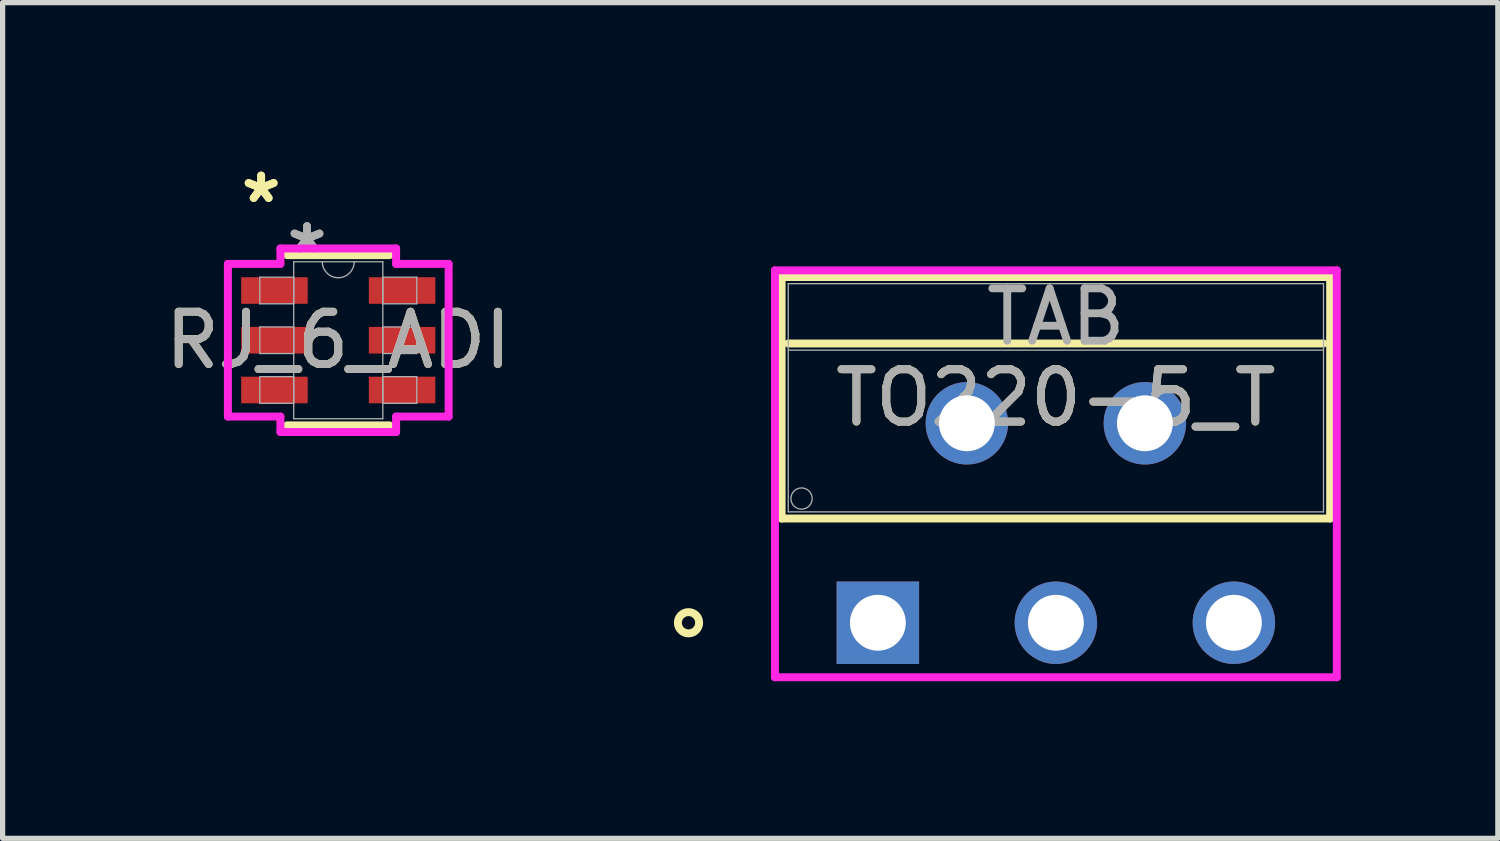
<source format=kicad_pcb>
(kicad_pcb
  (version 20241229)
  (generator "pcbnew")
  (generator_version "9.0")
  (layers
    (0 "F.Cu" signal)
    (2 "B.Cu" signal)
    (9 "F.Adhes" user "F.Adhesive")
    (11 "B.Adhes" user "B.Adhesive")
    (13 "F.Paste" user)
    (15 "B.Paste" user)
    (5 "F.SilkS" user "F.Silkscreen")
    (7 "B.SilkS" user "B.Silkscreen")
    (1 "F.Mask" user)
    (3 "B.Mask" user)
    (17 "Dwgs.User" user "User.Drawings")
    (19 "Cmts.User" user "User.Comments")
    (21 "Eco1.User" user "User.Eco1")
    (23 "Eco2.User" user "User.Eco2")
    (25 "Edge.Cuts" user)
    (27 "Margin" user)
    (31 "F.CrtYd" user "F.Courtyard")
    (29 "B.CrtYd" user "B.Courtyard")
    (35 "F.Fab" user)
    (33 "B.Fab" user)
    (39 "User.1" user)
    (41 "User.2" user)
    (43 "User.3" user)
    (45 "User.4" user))
  (footprint "TO220-5_T"
    (layer "F.Cu")
    (at 20.518 0.25)
    (property "Reference" "TO220-5_T" (at -3.4 4.298 0) (unlocked yes) (layer "F.SilkS") (effects (font (size 1 1) (thickness 0.15))))
    (attr through_hole)
    (fp_line (start -8.639 1.991) (end -8.639 6.604) (stroke (width 0.152) (type solid)) (layer "F.SilkS"))
    (fp_line (start -8.639 6.604) (end 1.839 6.604) (stroke (width 0.152) (type solid)) (layer "F.SilkS"))
    (fp_line (start -8.512 3.261) (end 1.712 3.261) (stroke (width 0.152) (type solid)) (layer "F.SilkS"))
    (fp_line (start 1.839 1.991) (end -8.639 1.991) (stroke (width 0.152) (type solid)) (layer "F.SilkS"))
    (fp_line (start 1.839 6.604) (end 1.839 1.991) (stroke (width 0.152) (type solid)) (layer "F.SilkS"))
    (fp_circle (center -10.417 8.595) (end -10.214 8.595) (stroke (width 0.152) (type solid)) (fill no) (layer "F.SilkS"))
    (fp_line (start -8.766 1.864) (end -8.766 9.636) (stroke (width 0.152) (type solid)) (layer "F.CrtYd"))
    (fp_line (start -8.766 9.636) (end 1.966 9.636) (stroke (width 0.152) (type solid)) (layer "F.CrtYd"))
    (fp_line (start 1.966 1.864) (end -8.766 1.864) (stroke (width 0.152) (type solid)) (layer "F.CrtYd"))
    (fp_line (start 1.966 9.636) (end 1.966 1.864) (stroke (width 0.152) (type solid)) (layer "F.CrtYd"))
    (fp_line (start -8.512 2.118) (end -8.512 6.477) (stroke (width 0.025) (type solid)) (layer "F.Fab"))
    (fp_line (start -8.512 3.388) (end 1.712 3.388) (stroke (width 0.025) (type solid)) (layer "F.Fab"))
    (fp_line (start -8.512 6.477) (end 1.712 6.477) (stroke (width 0.025) (type solid)) (layer "F.Fab"))
    (fp_line (start 1.712 2.118) (end -8.512 2.118) (stroke (width 0.025) (type solid)) (layer "F.Fab"))
    (fp_line (start 1.712 6.477) (end 1.712 2.118) (stroke (width 0.025) (type solid)) (layer "F.Fab"))
    (fp_circle (center -8.258 6.223) (end -8.055 6.223) (stroke (width 0.025) (type solid)) (fill no) (layer "F.Fab"))
    (fp_text user "TAB" (at -3.4 2.753 0) (unlocked yes) (layer "F.Fab") (effects (font (size 1 1) (thickness 0.15))))
    (fp_text user "${REFERENCE}" (at -3.4 4.298 0) (unlocked yes) (layer "F.Fab") (effects (font (size 1 1) (thickness 0.15))))
    (pad "1" thru_hole rect (at -6.8 8.595) (size 1.575 1.575) (drill 1.067) (layers "*.Cu" "*.Mask"))
    (pad "2" thru_hole circle (at -5.1 4.785) (size 1.575 1.575) (drill 1.067) (layers "*.Cu" "*.Mask"))
    (pad "3" thru_hole circle (at -3.4 8.595) (size 1.575 1.575) (drill 1.067) (layers "*.Cu" "*.Mask"))
    (pad "4" thru_hole circle (at -1.7 4.785) (size 1.575 1.575) (drill 1.067) (layers "*.Cu" "*.Mask"))
    (pad "5" thru_hole circle (at 0 8.595) (size 1.575 1.575) (drill 1.067) (layers "*.Cu" "*.Mask")))
  (footprint "RJ_6_ADI"
    (layer "F.Cu")
    (at 3.411 3.449)
    (property "Reference" "RJ_6_ADI" (at 0 0 0) (unlocked yes) (layer "F.SilkS") (effects (font (size 1 1) (thickness 0.15))))
    (attr smd)
    (fp_line (start -0.978 1.626) (end 0.978 1.626) (stroke (width 0.152) (type solid)) (layer "F.SilkS"))
    (fp_line (start 0.978 -1.626) (end -0.978 -1.626) (stroke (width 0.152) (type solid)) (layer "F.SilkS"))
    (fp_line (start -2.108 -1.458) (end -1.105 -1.458) (stroke (width 0.152) (type solid)) (layer "F.CrtYd"))
    (fp_line (start -2.108 1.458) (end -2.108 -1.458) (stroke (width 0.152) (type solid)) (layer "F.CrtYd"))
    (fp_line (start -1.105 -1.753) (end 1.105 -1.753) (stroke (width 0.152) (type solid)) (layer "F.CrtYd"))
    (fp_line (start -1.105 -1.458) (end -1.105 -1.753) (stroke (width 0.152) (type solid)) (layer "F.CrtYd"))
    (fp_line (start -1.105 1.458) (end -2.108 1.458) (stroke (width 0.152) (type solid)) (layer "F.CrtYd"))
    (fp_line (start -1.105 1.753) (end -1.105 1.458) (stroke (width 0.152) (type solid)) (layer "F.CrtYd"))
    (fp_line (start 1.105 -1.753) (end 1.105 -1.458) (stroke (width 0.152) (type solid)) (layer "F.CrtYd"))
    (fp_line (start 1.105 -1.458) (end 2.108 -1.458) (stroke (width 0.152) (type solid)) (layer "F.CrtYd"))
    (fp_line (start 1.105 1.458) (end 1.105 1.753) (stroke (width 0.152) (type solid)) (layer "F.CrtYd"))
    (fp_line (start 1.105 1.753) (end -1.105 1.753) (stroke (width 0.152) (type solid)) (layer "F.CrtYd"))
    (fp_line (start 2.108 -1.458) (end 2.108 1.458) (stroke (width 0.152) (type solid)) (layer "F.CrtYd"))
    (fp_line (start 2.108 1.458) (end 1.105 1.458) (stroke (width 0.152) (type solid)) (layer "F.CrtYd"))
    (fp_line (start -1.499 -1.204) (end -1.499 -0.696) (stroke (width 0.025) (type solid)) (layer "F.Fab"))
    (fp_line (start -1.499 -0.696) (end -0.851 -0.696) (stroke (width 0.025) (type solid)) (layer "F.Fab"))
    (fp_line (start -1.499 -0.254) (end -1.499 0.254) (stroke (width 0.025) (type solid)) (layer "F.Fab"))
    (fp_line (start -1.499 0.254) (end -0.851 0.254) (stroke (width 0.025) (type solid)) (layer "F.Fab"))
    (fp_line (start -1.499 0.696) (end -1.499 1.204) (stroke (width 0.025) (type solid)) (layer "F.Fab"))
    (fp_line (start -1.499 1.204) (end -0.851 1.204) (stroke (width 0.025) (type solid)) (layer "F.Fab"))
    (fp_line (start -0.851 -1.499) (end -0.851 1.499) (stroke (width 0.025) (type solid)) (layer "F.Fab"))
    (fp_line (start -0.851 -1.204) (end -1.499 -1.204) (stroke (width 0.025) (type solid)) (layer "F.Fab"))
    (fp_line (start -0.851 -0.696) (end -0.851 -1.204) (stroke (width 0.025) (type solid)) (layer "F.Fab"))
    (fp_line (start -0.851 -0.254) (end -1.499 -0.254) (stroke (width 0.025) (type solid)) (layer "F.Fab"))
    (fp_line (start -0.851 0.254) (end -0.851 -0.254) (stroke (width 0.025) (type solid)) (layer "F.Fab"))
    (fp_line (start -0.851 0.696) (end -1.499 0.696) (stroke (width 0.025) (type solid)) (layer "F.Fab"))
    (fp_line (start -0.851 1.204) (end -0.851 0.696) (stroke (width 0.025) (type solid)) (layer "F.Fab"))
    (fp_line (start -0.851 1.499) (end 0.851 1.499) (stroke (width 0.025) (type solid)) (layer "F.Fab"))
    (fp_line (start 0.851 -1.499) (end -0.851 -1.499) (stroke (width 0.025) (type solid)) (layer "F.Fab"))
    (fp_line (start 0.851 -1.204) (end 0.851 -0.696) (stroke (width 0.025) (type solid)) (layer "F.Fab"))
    (fp_line (start 0.851 -0.696) (end 1.499 -0.696) (stroke (width 0.025) (type solid)) (layer "F.Fab"))
    (fp_line (start 0.851 -0.254) (end 0.851 0.254) (stroke (width 0.025) (type solid)) (layer "F.Fab"))
    (fp_line (start 0.851 0.254) (end 1.499 0.254) (stroke (width 0.025) (type solid)) (layer "F.Fab"))
    (fp_line (start 0.851 0.696) (end 0.851 1.204) (stroke (width 0.025) (type solid)) (layer "F.Fab"))
    (fp_line (start 0.851 1.204) (end 1.499 1.204) (stroke (width 0.025) (type solid)) (layer "F.Fab"))
    (fp_line (start 0.851 1.499) (end 0.851 -1.499) (stroke (width 0.025) (type solid)) (layer "F.Fab"))
    (fp_line (start 1.499 -1.204) (end 0.851 -1.204) (stroke (width 0.025) (type solid)) (layer "F.Fab"))
    (fp_line (start 1.499 -0.696) (end 1.499 -1.204) (stroke (width 0.025) (type solid)) (layer "F.Fab"))
    (fp_line (start 1.499 -0.254) (end 0.851 -0.254) (stroke (width 0.025) (type solid)) (layer "F.Fab"))
    (fp_line (start 1.499 0.254) (end 1.499 -0.254) (stroke (width 0.025) (type solid)) (layer "F.Fab"))
    (fp_line (start 1.499 0.696) (end 0.851 0.696) (stroke (width 0.025) (type solid)) (layer "F.Fab"))
    (fp_line (start 1.499 1.204) (end 1.499 0.696) (stroke (width 0.025) (type solid)) (layer "F.Fab"))
    (fp_arc (start 0.3048 -1.4986) (mid 0 -1.1938) (end -0.3048 -1.4986) (stroke (width 0.0254) (type solid)) (layer "F.Fab"))
    (fp_text user "*" (at -1.473 -2.601 0) (unlocked yes) (layer "F.SilkS") (effects (font (size 1 1) (thickness 0.15))))
    (fp_text user "*" (at -1.473 -2.601 0) (layer "F.SilkS") (effects (font (size 1 1) (thickness 0.15))))
    (fp_text user "${REFERENCE}" (at 0 0 0) (unlocked yes) (layer "F.Fab") (effects (font (size 1 1) (thickness 0.15))))
    (fp_text user "*" (at -0.597 -1.636 0) (layer "F.Fab") (effects (font (size 1 1) (thickness 0.15))))
    (fp_text user "*" (at -0.597 -1.636 0) (unlocked yes) (layer "F.Fab") (effects (font (size 1 1) (thickness 0.15))))
    (pad "1" smd rect (at -1.219 -0.95) (size 1.27 0.508) (layers "F.Cu" "F.Mask" "F.Paste"))
    (pad "2" smd rect (at -1.219 0) (size 1.27 0.508) (layers "F.Cu" "F.Mask" "F.Paste"))
    (pad "3" smd rect (at -1.219 0.95) (size 1.27 0.508) (layers "F.Cu" "F.Mask" "F.Paste"))
    (pad "4" smd rect (at 1.219 0.95) (size 1.27 0.508) (layers "F.Cu" "F.Mask" "F.Paste"))
    (pad "5" smd rect (at 1.219 0) (size 1.27 0.508) (layers "F.Cu" "F.Mask" "F.Paste"))
    (pad "6" smd rect (at 1.219 -0.95) (size 1.27 0.508) (layers "F.Cu" "F.Mask" "F.Paste")))
  (gr_rect
    (start -3 -3)
    (end 25.56 12.963)
    (stroke (width 0.1) (type default))
    (fill no)
    (layer "Edge.Cuts")))
</source>
